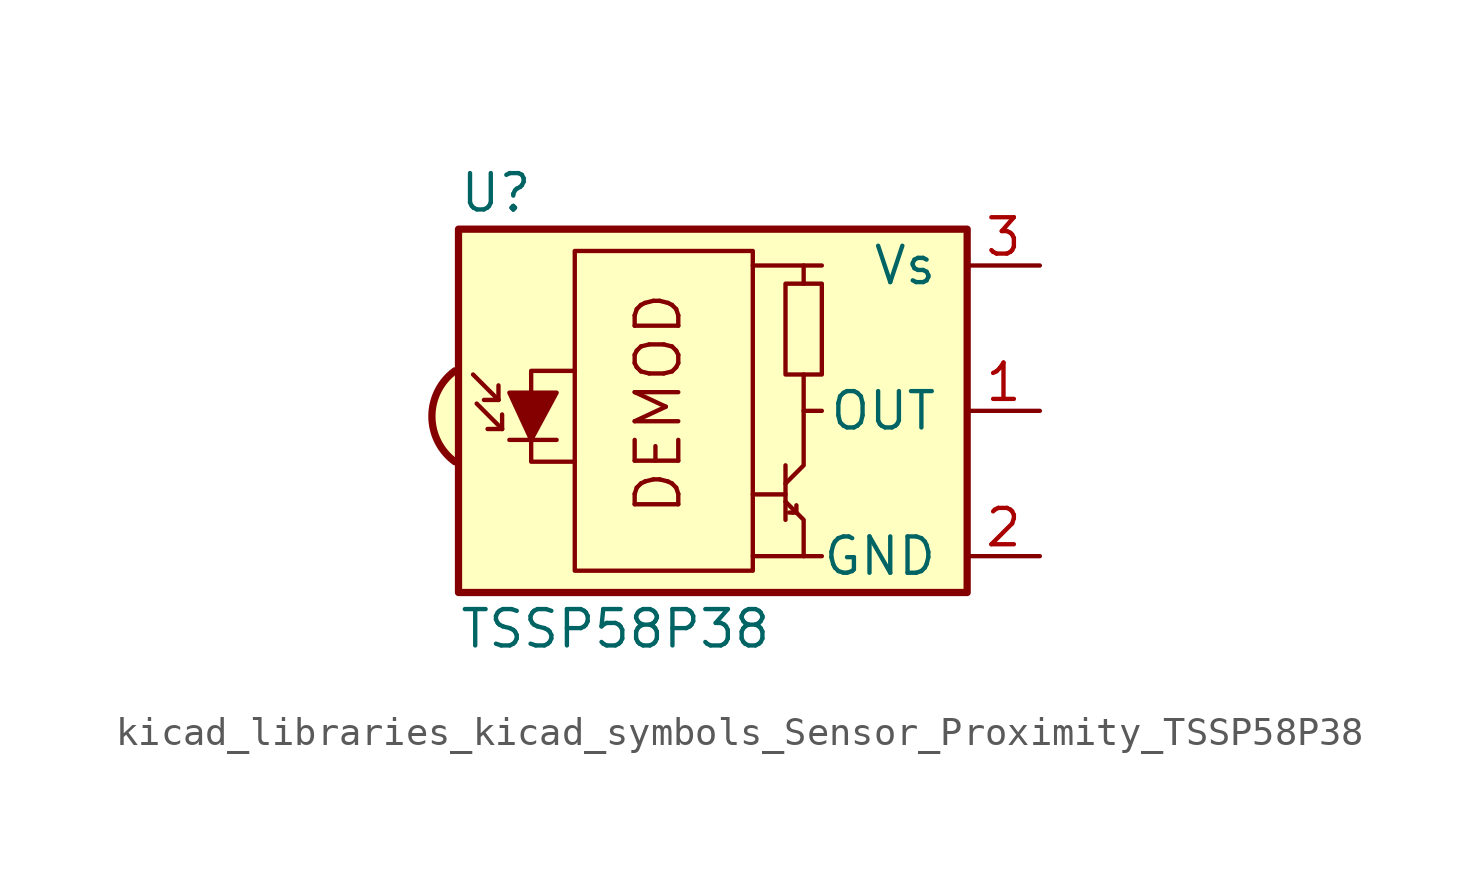
<source format=kicad_sym>
(kicad_symbol_lib
  (version 20220914)
  (generator kicad_symbol_editor)
  (symbol "kicad_libraries_kicad_symbols_Sensor_Proximity_TSSP58P38"
    (pin_names
      (offset 1.016))
    (property "Reference" "U"
      (at -10.16 7.62 0)
      (effects (font (size 1.27 1.27)) (justify left)))
    (property "Value" "TSSP58P38"
      (at -10.16 -7.62 0)
      (effects (font (size 1.27 1.27)) (justify left)))
    (symbol "kicad_libraries_kicad_symbols_Sensor_Proximity_TSSP58P38_0_0"
      (arc (start -10.287 1.397) (mid -11.0899 -0.1852) (end -10.287 -1.778) (stroke (width 0.254) (type default)) (fill (type background)))
      (polyline (pts (xy 1.905 -5.08) (xy 0.127 -5.08)) (stroke (width 0) (type default)) (fill (type none)))
      (polyline (pts (xy 1.905 5.08) (xy 0.127 5.08)) (stroke (width 0) (type default)) (fill (type none)))
      (text "DEMOD" (at -3.175 0.254 900) (effects (font (size 1.524 1.524)))))
    (symbol "kicad_libraries_kicad_symbols_Sensor_Proximity_TSSP58P38_0_1"
      (rectangle (start -6.096 5.588) (end 0.127 -5.588) (stroke (width 0) (type default)) (fill (type none)))
      (polyline (pts (xy -8.763 0.381) (xy -9.652 1.27)) (stroke (width 0) (type default)) (fill (type none)))
      (polyline (pts (xy -8.763 0.381) (xy -9.271 0.381)) (stroke (width 0) (type default)) (fill (type none)))
      (polyline (pts (xy -8.763 0.381) (xy -8.763 0.889)) (stroke (width 0) (type default)) (fill (type none)))
      (polyline (pts (xy -8.636 -0.635) (xy -9.525 0.254)) (stroke (width 0) (type default)) (fill (type none)))
      (polyline (pts (xy -8.636 -0.635) (xy -9.144 -0.635)) (stroke (width 0) (type default)) (fill (type none)))
      (polyline (pts (xy -8.636 -0.635) (xy -8.636 -0.127)) (stroke (width 0) (type default)) (fill (type none)))
      (polyline (pts (xy -8.382 -1.016) (xy -6.731 -1.016)) (stroke (width 0) (type default)) (fill (type none)))
      (polyline (pts (xy 1.27 -2.921) (xy 0.127 -2.921)) (stroke (width 0) (type default)) (fill (type none)))
      (polyline (pts (xy 1.27 -1.905) (xy 1.27 -3.81)) (stroke (width 0) (type default)) (fill (type none)))
      (polyline (pts (xy 1.397 -3.556) (xy 1.524 -3.556)) (stroke (width 0) (type default)) (fill (type none)))
      (polyline (pts (xy 1.651 -3.556) (xy 1.524 -3.556)) (stroke (width 0) (type default)) (fill (type none)))
      (polyline (pts (xy 1.651 -3.556) (xy 1.651 -3.302)) (stroke (width 0) (type default)) (fill (type none)))
      (polyline (pts (xy 1.905 0) (xy 1.905 1.27)) (stroke (width 0) (type default)) (fill (type none)))
      (polyline (pts (xy 1.905 4.445) (xy 1.905 5.08) (xy 2.54 5.08)) (stroke (width 0) (type default)) (fill (type none)))
      (polyline (pts (xy -8.382 0.635) (xy -6.731 0.635) (xy -7.62 -1.016) (xy -8.382 0.635)) (stroke (width 0) (type default)) (fill (type outline)))
      (polyline (pts (xy -6.096 1.397) (xy -7.62 1.397) (xy -7.62 -1.778) (xy -6.096 -1.778)) (stroke (width 0) (type default)) (fill (type none)))
      (polyline (pts (xy 1.27 -3.175) (xy 1.905 -3.81) (xy 1.905 -5.08) (xy 2.54 -5.08)) (stroke (width 0) (type default)) (fill (type none)))
      (polyline (pts (xy 1.27 -2.54) (xy 1.905 -1.905) (xy 1.905 0) (xy 2.54 0)) (stroke (width 0) (type default)) (fill (type none)))
      (rectangle (start 2.54 1.27) (end 1.27 4.445) (stroke (width 0) (type default)) (fill (type none)))
      (rectangle (start 7.62 6.35) (end -10.16 -6.35) (stroke (width 0.254) (type default)) (fill (type background))))
    (symbol "kicad_libraries_kicad_symbols_Sensor_Proximity_TSSP58P38_1_1"
      (pin output line (at 10.16 0 180) (length 2.54) (name "OUT" (effects (font (size 1.27 1.27)))) (number "1" (effects (font (size 1.27 1.27)))))
      (pin power_in line (at 10.16 -5.08 180) (length 2.54) (name "GND" (effects (font (size 1.27 1.27)))) (number "2" (effects (font (size 1.27 1.27)))))
      (pin power_in line (at 10.16 5.08 180) (length 2.54) (name "Vs" (effects (font (size 1.27 1.27)))) (number "3" (effects (font (size 1.27 1.27))))))))
</source>
